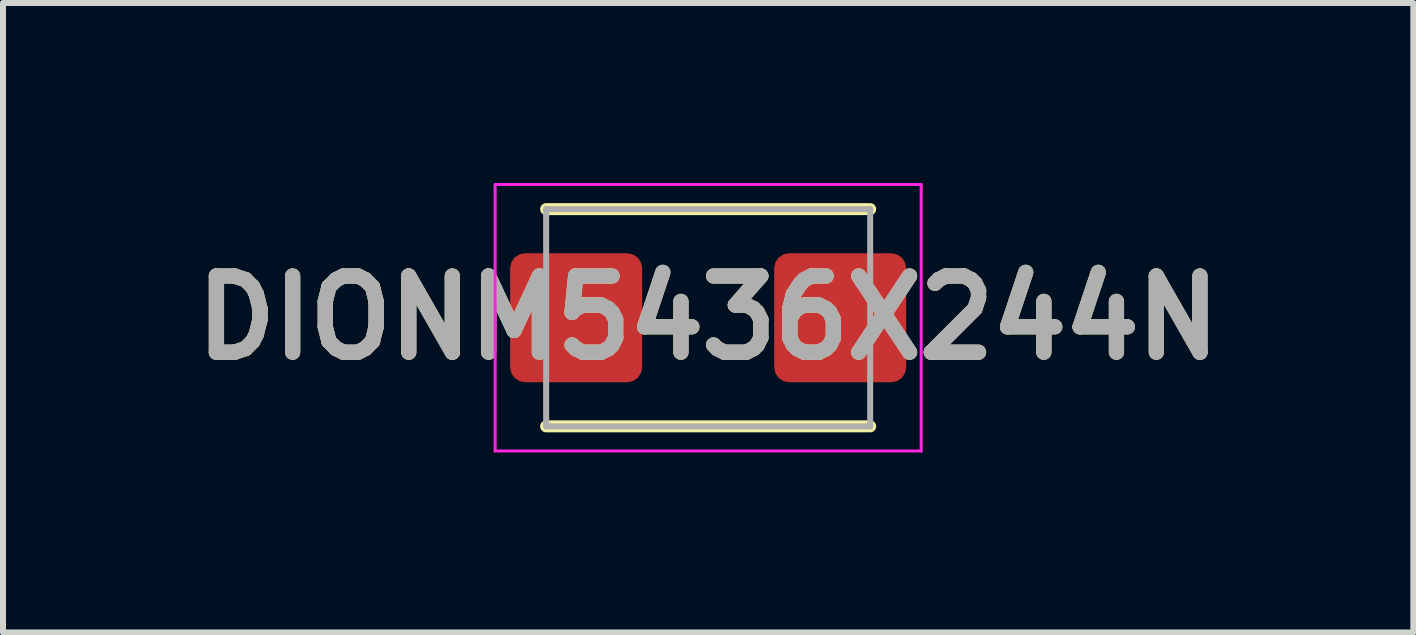
<source format=kicad_pcb>
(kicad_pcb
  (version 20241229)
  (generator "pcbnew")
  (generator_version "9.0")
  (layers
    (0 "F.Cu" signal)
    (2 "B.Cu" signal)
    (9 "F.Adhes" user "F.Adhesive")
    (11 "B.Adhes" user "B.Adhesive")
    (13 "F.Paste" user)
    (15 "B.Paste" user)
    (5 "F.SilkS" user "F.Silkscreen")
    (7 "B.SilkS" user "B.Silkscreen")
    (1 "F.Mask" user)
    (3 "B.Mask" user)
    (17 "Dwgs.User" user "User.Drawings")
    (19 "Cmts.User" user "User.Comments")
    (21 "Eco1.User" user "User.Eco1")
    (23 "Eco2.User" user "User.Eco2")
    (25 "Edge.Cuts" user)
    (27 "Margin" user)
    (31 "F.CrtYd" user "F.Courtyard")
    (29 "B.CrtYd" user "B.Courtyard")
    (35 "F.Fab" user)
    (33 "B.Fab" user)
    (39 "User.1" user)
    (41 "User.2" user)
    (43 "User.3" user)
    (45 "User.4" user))
  (footprint "DIONM5436X244N"
    (layer "F.Cu")
    (at 8.751 2.245)
    (property "Reference" "DIONM5436X244N" (at 0 0 0) (layer "F.SilkS") (effects (font (size 1.27 1.27) (thickness 0.254))))
    (attr smd)
    (fp_line (start -2.7 1.81) (end 2.7 1.81) (stroke (width 0.2) (type solid)) (layer "F.SilkS"))
    (fp_line (start 2.7 -1.81) (end -2.7 -1.81) (stroke (width 0.2) (type solid)) (layer "F.SilkS"))
    (fp_line (start -3.55 -2.22) (end 3.55 -2.22) (stroke (width 0.05) (type solid)) (layer "F.CrtYd"))
    (fp_line (start -3.55 2.22) (end -3.55 -2.22) (stroke (width 0.05) (type solid)) (layer "F.CrtYd"))
    (fp_line (start 3.55 -2.22) (end 3.55 2.22) (stroke (width 0.05) (type solid)) (layer "F.CrtYd"))
    (fp_line (start 3.55 2.22) (end -3.55 2.22) (stroke (width 0.05) (type solid)) (layer "F.CrtYd"))
    (fp_line (start -2.7 -1.81) (end 2.7 -1.81) (stroke (width 0.1) (type solid)) (layer "F.Fab"))
    (fp_line (start -2.7 1.81) (end -2.7 -1.81) (stroke (width 0.1) (type solid)) (layer "F.Fab"))
    (fp_line (start 2.7 -1.81) (end 2.7 1.81) (stroke (width 0.1) (type solid)) (layer "F.Fab"))
    (fp_line (start 2.7 1.81) (end -2.7 1.81) (stroke (width 0.1) (type solid)) (layer "F.Fab"))
    (fp_text user "${REFERENCE}" (at 0 0 0) (layer "F.Fab") (effects (font (size 1.27 1.27) (thickness 0.254))))
    (pad "1" smd roundrect (at -2.2 0 90) (size 2.15 2.2) (layers "F.Cu" "F.Mask" "F.Paste") (roundrect_rratio 0.116))
    (pad "2" smd roundrect (at 2.2 0 90) (size 2.15 2.2) (layers "F.Cu" "F.Mask" "F.Paste") (roundrect_rratio 0.116)))
  (gr_rect
    (start -3 -3)
    (end 20.502 7.49)
    (stroke (width 0.1) (type default))
    (fill no)
    (layer "Edge.Cuts")))
</source>
